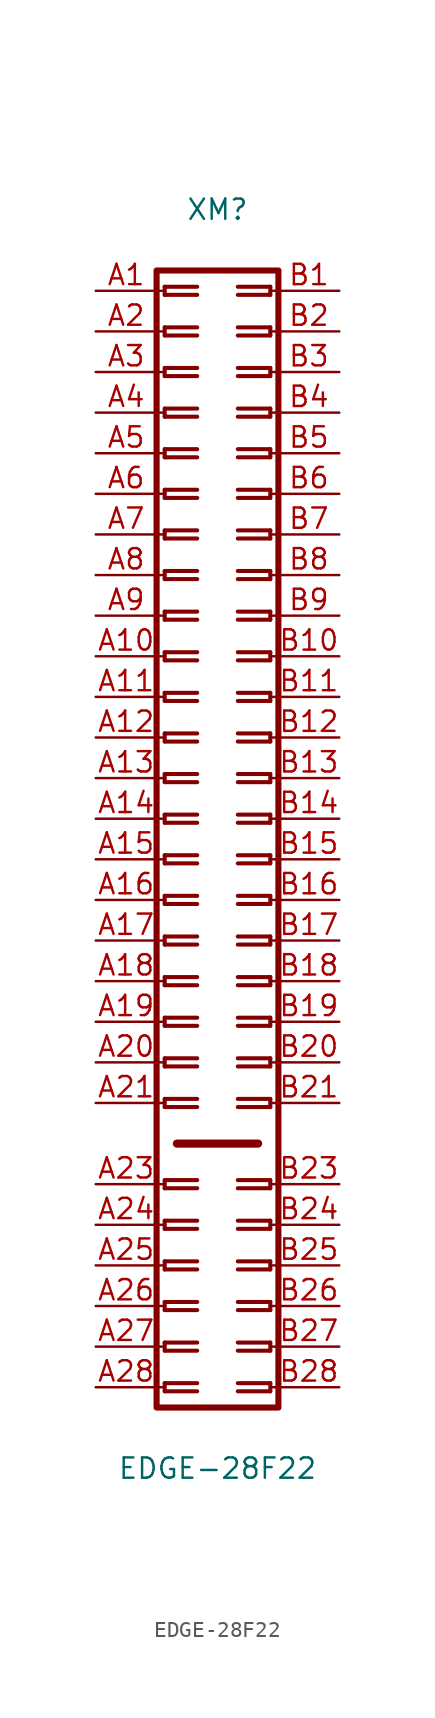
<source format=kicad_sym>
(kicad_symbol_lib
  (version 20231120)
  (generator "kicad_symbol_editor")
  (generator_version "8.0")
  (symbol "EDGE-28F22"
    (pin_names
      (offset 1.016))
    (property "Reference" "XM"
      (at 0 39.37 0)
      (effects (font (size 1.27 1.27))))
    (property "Value" "EDGE-28F22"
      (at 0 -39.37 0)
      (effects (font (size 1.27 1.27))))
    (symbol "EDGE-28F22_0_0"
      (polyline (pts (xy -2.54 -19.05) (xy 2.54 -19.05)) (stroke (width 0.508) (type default)) (fill (type none))))
    (symbol "EDGE-28F22_0_1"
      (rectangle (start -3.81 35.56) (end 3.81 -35.56) (stroke (width 0.381) (type default)) (fill (type none)))
      (polyline (pts (xy -3.81 -34.29) (xy -3.302 -34.29)) (stroke (width 0) (type default)) (fill (type none)))
      (polyline (pts (xy -3.81 -31.75) (xy -3.302 -31.75)) (stroke (width 0) (type default)) (fill (type none)))
      (polyline (pts (xy -3.81 -29.21) (xy -3.302 -29.21)) (stroke (width 0) (type default)) (fill (type none)))
      (polyline (pts (xy -3.81 -26.67) (xy -3.302 -26.67)) (stroke (width 0) (type default)) (fill (type none)))
      (polyline (pts (xy -3.81 -24.13) (xy -3.302 -24.13)) (stroke (width 0) (type default)) (fill (type none)))
      (polyline (pts (xy -3.81 -21.59) (xy -3.302 -21.59)) (stroke (width 0) (type default)) (fill (type none)))
      (polyline (pts (xy -3.81 -16.51) (xy -3.302 -16.51)) (stroke (width 0) (type default)) (fill (type none)))
      (polyline (pts (xy -3.81 -13.97) (xy -3.302 -13.97)) (stroke (width 0) (type default)) (fill (type none)))
      (polyline (pts (xy -3.81 -11.43) (xy -3.302 -11.43)) (stroke (width 0) (type default)) (fill (type none)))
      (polyline (pts (xy -3.81 -8.89) (xy -3.302 -8.89)) (stroke (width 0) (type default)) (fill (type none)))
      (polyline (pts (xy -3.81 -6.35) (xy -3.302 -6.35)) (stroke (width 0) (type default)) (fill (type none)))
      (polyline (pts (xy -3.81 -3.81) (xy -3.302 -3.81)) (stroke (width 0) (type default)) (fill (type none)))
      (polyline (pts (xy -3.81 -1.27) (xy -3.302 -1.27)) (stroke (width 0) (type default)) (fill (type none)))
      (polyline (pts (xy -3.81 1.27) (xy -3.302 1.27)) (stroke (width 0) (type default)) (fill (type none)))
      (polyline (pts (xy -3.81 3.81) (xy -3.302 3.81)) (stroke (width 0) (type default)) (fill (type none)))
      (polyline (pts (xy -3.81 6.35) (xy -3.302 6.35)) (stroke (width 0) (type default)) (fill (type none)))
      (polyline (pts (xy -3.81 8.89) (xy -3.302 8.89)) (stroke (width 0) (type default)) (fill (type none)))
      (polyline (pts (xy -3.81 11.43) (xy -3.302 11.43)) (stroke (width 0) (type default)) (fill (type none)))
      (polyline (pts (xy -3.81 13.97) (xy -3.302 13.97)) (stroke (width 0) (type default)) (fill (type none)))
      (polyline (pts (xy -3.81 16.51) (xy -3.302 16.51)) (stroke (width 0) (type default)) (fill (type none)))
      (polyline (pts (xy -3.81 19.05) (xy -3.302 19.05)) (stroke (width 0) (type default)) (fill (type none)))
      (polyline (pts (xy -3.81 21.59) (xy -3.302 21.59)) (stroke (width 0) (type default)) (fill (type none)))
      (polyline (pts (xy -3.81 24.13) (xy -3.302 24.13)) (stroke (width 0) (type default)) (fill (type none)))
      (polyline (pts (xy -3.81 26.67) (xy -3.302 26.67)) (stroke (width 0) (type default)) (fill (type none)))
      (polyline (pts (xy -3.81 29.21) (xy -3.302 29.21)) (stroke (width 0) (type default)) (fill (type none)))
      (polyline (pts (xy -3.81 31.75) (xy -3.302 31.75)) (stroke (width 0) (type default)) (fill (type none)))
      (polyline (pts (xy -3.81 34.29) (xy -3.302 34.29)) (stroke (width 0) (type default)) (fill (type none)))
      (polyline (pts (xy -3.302 -34.544) (xy -3.302 -34.036)) (stroke (width 0.254) (type default)) (fill (type none)))
      (polyline (pts (xy -3.302 -34.544) (xy -1.27 -34.544)) (stroke (width 0.254) (type default)) (fill (type none)))
      (polyline (pts (xy -3.302 -34.036) (xy -1.27 -34.036)) (stroke (width 0.254) (type default)) (fill (type none)))
      (polyline (pts (xy -3.302 -32.004) (xy -3.302 -31.496)) (stroke (width 0.254) (type default)) (fill (type none)))
      (polyline (pts (xy -3.302 -32.004) (xy -1.27 -32.004)) (stroke (width 0.254) (type default)) (fill (type none)))
      (polyline (pts (xy -3.302 -31.496) (xy -1.27 -31.496)) (stroke (width 0.254) (type default)) (fill (type none)))
      (polyline (pts (xy -3.302 -29.464) (xy -3.302 -28.956)) (stroke (width 0.254) (type default)) (fill (type none)))
      (polyline (pts (xy -3.302 -29.464) (xy -1.27 -29.464)) (stroke (width 0.254) (type default)) (fill (type none)))
      (polyline (pts (xy -3.302 -28.956) (xy -1.27 -28.956)) (stroke (width 0.254) (type default)) (fill (type none)))
      (polyline (pts (xy -3.302 -26.924) (xy -3.302 -26.416)) (stroke (width 0.254) (type default)) (fill (type none)))
      (polyline (pts (xy -3.302 -26.924) (xy -1.27 -26.924)) (stroke (width 0.254) (type default)) (fill (type none)))
      (polyline (pts (xy -3.302 -26.416) (xy -1.27 -26.416)) (stroke (width 0.254) (type default)) (fill (type none)))
      (polyline (pts (xy -3.302 -24.384) (xy -3.302 -23.876)) (stroke (width 0.254) (type default)) (fill (type none)))
      (polyline (pts (xy -3.302 -24.384) (xy -1.27 -24.384)) (stroke (width 0.254) (type default)) (fill (type none)))
      (polyline (pts (xy -3.302 -23.876) (xy -1.27 -23.876)) (stroke (width 0.254) (type default)) (fill (type none)))
      (polyline (pts (xy -3.302 -21.844) (xy -3.302 -21.336)) (stroke (width 0.254) (type default)) (fill (type none)))
      (polyline (pts (xy -3.302 -21.844) (xy -1.27 -21.844)) (stroke (width 0.254) (type default)) (fill (type none)))
      (polyline (pts (xy -3.302 -21.336) (xy -1.27 -21.336)) (stroke (width 0.254) (type default)) (fill (type none)))
      (polyline (pts (xy -3.302 -16.764) (xy -3.302 -16.256)) (stroke (width 0.254) (type default)) (fill (type none)))
      (polyline (pts (xy -3.302 -16.764) (xy -1.27 -16.764)) (stroke (width 0.254) (type default)) (fill (type none)))
      (polyline (pts (xy -3.302 -16.256) (xy -1.27 -16.256)) (stroke (width 0.254) (type default)) (fill (type none)))
      (polyline (pts (xy -3.302 -14.224) (xy -3.302 -13.716)) (stroke (width 0.254) (type default)) (fill (type none)))
      (polyline (pts (xy -3.302 -14.224) (xy -1.27 -14.224)) (stroke (width 0.254) (type default)) (fill (type none)))
      (polyline (pts (xy -3.302 -13.716) (xy -1.27 -13.716)) (stroke (width 0.254) (type default)) (fill (type none)))
      (polyline (pts (xy -3.302 -11.684) (xy -3.302 -11.176)) (stroke (width 0.254) (type default)) (fill (type none)))
      (polyline (pts (xy -3.302 -11.684) (xy -1.27 -11.684)) (stroke (width 0.254) (type default)) (fill (type none)))
      (polyline (pts (xy -3.302 -11.176) (xy -1.27 -11.176)) (stroke (width 0.254) (type default)) (fill (type none)))
      (polyline (pts (xy -3.302 -9.144) (xy -3.302 -8.636)) (stroke (width 0.254) (type default)) (fill (type none)))
      (polyline (pts (xy -3.302 -9.144) (xy -1.27 -9.144)) (stroke (width 0.254) (type default)) (fill (type none)))
      (polyline (pts (xy -3.302 -8.636) (xy -1.27 -8.636)) (stroke (width 0.254) (type default)) (fill (type none)))
      (polyline (pts (xy -3.302 -6.604) (xy -3.302 -6.096)) (stroke (width 0.254) (type default)) (fill (type none)))
      (polyline (pts (xy -3.302 -6.604) (xy -1.27 -6.604)) (stroke (width 0.254) (type default)) (fill (type none)))
      (polyline (pts (xy -3.302 -6.096) (xy -1.27 -6.096)) (stroke (width 0.254) (type default)) (fill (type none)))
      (polyline (pts (xy -3.302 -4.064) (xy -3.302 -3.556)) (stroke (width 0.254) (type default)) (fill (type none)))
      (polyline (pts (xy -3.302 -4.064) (xy -1.27 -4.064)) (stroke (width 0.254) (type default)) (fill (type none)))
      (polyline (pts (xy -3.302 -3.556) (xy -1.27 -3.556)) (stroke (width 0.254) (type default)) (fill (type none)))
      (polyline (pts (xy -3.302 -1.524) (xy -3.302 -1.016)) (stroke (width 0.254) (type default)) (fill (type none)))
      (polyline (pts (xy -3.302 -1.524) (xy -1.27 -1.524)) (stroke (width 0.254) (type default)) (fill (type none)))
      (polyline (pts (xy -3.302 -1.016) (xy -1.27 -1.016)) (stroke (width 0.254) (type default)) (fill (type none)))
      (polyline (pts (xy -3.302 1.016) (xy -3.302 1.524)) (stroke (width 0.254) (type default)) (fill (type none)))
      (polyline (pts (xy -3.302 1.016) (xy -1.27 1.016)) (stroke (width 0.254) (type default)) (fill (type none)))
      (polyline (pts (xy -3.302 1.524) (xy -1.27 1.524)) (stroke (width 0.254) (type default)) (fill (type none)))
      (polyline (pts (xy -3.302 3.556) (xy -3.302 4.064)) (stroke (width 0.254) (type default)) (fill (type none)))
      (polyline (pts (xy -3.302 3.556) (xy -1.27 3.556)) (stroke (width 0.254) (type default)) (fill (type none)))
      (polyline (pts (xy -3.302 4.064) (xy -1.27 4.064)) (stroke (width 0.254) (type default)) (fill (type none)))
      (polyline (pts (xy -3.302 6.096) (xy -3.302 6.604)) (stroke (width 0.254) (type default)) (fill (type none)))
      (polyline (pts (xy -3.302 6.096) (xy -1.27 6.096)) (stroke (width 0.254) (type default)) (fill (type none)))
      (polyline (pts (xy -3.302 6.604) (xy -1.27 6.604)) (stroke (width 0.254) (type default)) (fill (type none)))
      (polyline (pts (xy -3.302 8.636) (xy -3.302 9.144)) (stroke (width 0.254) (type default)) (fill (type none)))
      (polyline (pts (xy -3.302 8.636) (xy -1.27 8.636)) (stroke (width 0.254) (type default)) (fill (type none)))
      (polyline (pts (xy -3.302 9.144) (xy -1.27 9.144)) (stroke (width 0.254) (type default)) (fill (type none)))
      (polyline (pts (xy -3.302 11.176) (xy -3.302 11.684)) (stroke (width 0.254) (type default)) (fill (type none)))
      (polyline (pts (xy -3.302 11.176) (xy -1.27 11.176)) (stroke (width 0.254) (type default)) (fill (type none)))
      (polyline (pts (xy -3.302 11.684) (xy -1.27 11.684)) (stroke (width 0.254) (type default)) (fill (type none)))
      (polyline (pts (xy -3.302 13.716) (xy -3.302 14.224)) (stroke (width 0.254) (type default)) (fill (type none)))
      (polyline (pts (xy -3.302 13.716) (xy -1.27 13.716)) (stroke (width 0.254) (type default)) (fill (type none)))
      (polyline (pts (xy -3.302 14.224) (xy -1.27 14.224)) (stroke (width 0.254) (type default)) (fill (type none)))
      (polyline (pts (xy -3.302 16.256) (xy -3.302 16.764)) (stroke (width 0.254) (type default)) (fill (type none)))
      (polyline (pts (xy -3.302 16.256) (xy -1.27 16.256)) (stroke (width 0.254) (type default)) (fill (type none)))
      (polyline (pts (xy -3.302 16.764) (xy -1.27 16.764)) (stroke (width 0.254) (type default)) (fill (type none)))
      (polyline (pts (xy -3.302 18.796) (xy -3.302 19.304)) (stroke (width 0.254) (type default)) (fill (type none)))
      (polyline (pts (xy -3.302 18.796) (xy -1.27 18.796)) (stroke (width 0.254) (type default)) (fill (type none)))
      (polyline (pts (xy -3.302 19.304) (xy -1.27 19.304)) (stroke (width 0.254) (type default)) (fill (type none)))
      (polyline (pts (xy -3.302 21.336) (xy -3.302 21.844)) (stroke (width 0.254) (type default)) (fill (type none)))
      (polyline (pts (xy -3.302 21.336) (xy -1.27 21.336)) (stroke (width 0.254) (type default)) (fill (type none)))
      (polyline (pts (xy -3.302 21.844) (xy -1.27 21.844)) (stroke (width 0.254) (type default)) (fill (type none)))
      (polyline (pts (xy -3.302 23.876) (xy -3.302 24.384)) (stroke (width 0.254) (type default)) (fill (type none)))
      (polyline (pts (xy -3.302 23.876) (xy -1.27 23.876)) (stroke (width 0.254) (type default)) (fill (type none)))
      (polyline (pts (xy -3.302 24.384) (xy -1.27 24.384)) (stroke (width 0.254) (type default)) (fill (type none)))
      (polyline (pts (xy -3.302 26.416) (xy -3.302 26.924)) (stroke (width 0.254) (type default)) (fill (type none)))
      (polyline (pts (xy -3.302 26.416) (xy -1.27 26.416)) (stroke (width 0.254) (type default)) (fill (type none)))
      (polyline (pts (xy -3.302 26.924) (xy -1.27 26.924)) (stroke (width 0.254) (type default)) (fill (type none)))
      (polyline (pts (xy -3.302 28.956) (xy -3.302 29.464)) (stroke (width 0.254) (type default)) (fill (type none)))
      (polyline (pts (xy -3.302 28.956) (xy -1.27 28.956)) (stroke (width 0.254) (type default)) (fill (type none)))
      (polyline (pts (xy -3.302 29.464) (xy -1.27 29.464)) (stroke (width 0.254) (type default)) (fill (type none)))
      (polyline (pts (xy -3.302 31.496) (xy -3.302 32.004)) (stroke (width 0.254) (type default)) (fill (type none)))
      (polyline (pts (xy -3.302 31.496) (xy -1.27 31.496)) (stroke (width 0.254) (type default)) (fill (type none)))
      (polyline (pts (xy -3.302 32.004) (xy -1.27 32.004)) (stroke (width 0.254) (type default)) (fill (type none)))
      (polyline (pts (xy -3.302 34.036) (xy -3.302 34.544)) (stroke (width 0.254) (type default)) (fill (type none)))
      (polyline (pts (xy -3.302 34.036) (xy -1.27 34.036)) (stroke (width 0.254) (type default)) (fill (type none)))
      (polyline (pts (xy -3.302 34.544) (xy -1.27 34.544)) (stroke (width 0.254) (type default)) (fill (type none)))
      (polyline (pts (xy 3.302 -34.544) (xy 1.27 -34.544)) (stroke (width 0.254) (type default)) (fill (type none)))
      (polyline (pts (xy 3.302 -34.544) (xy 3.302 -34.036)) (stroke (width 0.254) (type default)) (fill (type none)))
      (polyline (pts (xy 3.302 -34.036) (xy 1.27 -34.036)) (stroke (width 0.254) (type default)) (fill (type none)))
      (polyline (pts (xy 3.302 -32.004) (xy 1.27 -32.004)) (stroke (width 0.254) (type default)) (fill (type none)))
      (polyline (pts (xy 3.302 -32.004) (xy 3.302 -31.496)) (stroke (width 0.254) (type default)) (fill (type none)))
      (polyline (pts (xy 3.302 -31.496) (xy 1.27 -31.496)) (stroke (width 0.254) (type default)) (fill (type none)))
      (polyline (pts (xy 3.302 -29.464) (xy 1.27 -29.464)) (stroke (width 0.254) (type default)) (fill (type none)))
      (polyline (pts (xy 3.302 -29.464) (xy 3.302 -28.956)) (stroke (width 0.254) (type default)) (fill (type none)))
      (polyline (pts (xy 3.302 -28.956) (xy 1.27 -28.956)) (stroke (width 0.254) (type default)) (fill (type none)))
      (polyline (pts (xy 3.302 -26.924) (xy 1.27 -26.924)) (stroke (width 0.254) (type default)) (fill (type none)))
      (polyline (pts (xy 3.302 -26.924) (xy 3.302 -26.416)) (stroke (width 0.254) (type default)) (fill (type none)))
      (polyline (pts (xy 3.302 -26.416) (xy 1.27 -26.416)) (stroke (width 0.254) (type default)) (fill (type none)))
      (polyline (pts (xy 3.302 -24.384) (xy 1.27 -24.384)) (stroke (width 0.254) (type default)) (fill (type none)))
      (polyline (pts (xy 3.302 -24.384) (xy 3.302 -23.876)) (stroke (width 0.254) (type default)) (fill (type none)))
      (polyline (pts (xy 3.302 -23.876) (xy 1.27 -23.876)) (stroke (width 0.254) (type default)) (fill (type none)))
      (polyline (pts (xy 3.302 -21.844) (xy 1.27 -21.844)) (stroke (width 0.254) (type default)) (fill (type none)))
      (polyline (pts (xy 3.302 -21.844) (xy 3.302 -21.336)) (stroke (width 0.254) (type default)) (fill (type none)))
      (polyline (pts (xy 3.302 -21.336) (xy 1.27 -21.336)) (stroke (width 0.254) (type default)) (fill (type none)))
      (polyline (pts (xy 3.302 -16.764) (xy 1.27 -16.764)) (stroke (width 0.254) (type default)) (fill (type none)))
      (polyline (pts (xy 3.302 -16.764) (xy 3.302 -16.256)) (stroke (width 0.254) (type default)) (fill (type none)))
      (polyline (pts (xy 3.302 -16.256) (xy 1.27 -16.256)) (stroke (width 0.254) (type default)) (fill (type none)))
      (polyline (pts (xy 3.302 -14.224) (xy 1.27 -14.224)) (stroke (width 0.254) (type default)) (fill (type none)))
      (polyline (pts (xy 3.302 -14.224) (xy 3.302 -13.716)) (stroke (width 0.254) (type default)) (fill (type none)))
      (polyline (pts (xy 3.302 -13.716) (xy 1.27 -13.716)) (stroke (width 0.254) (type default)) (fill (type none)))
      (polyline (pts (xy 3.302 -11.684) (xy 1.27 -11.684)) (stroke (width 0.254) (type default)) (fill (type none)))
      (polyline (pts (xy 3.302 -11.684) (xy 3.302 -11.176)) (stroke (width 0.254) (type default)) (fill (type none)))
      (polyline (pts (xy 3.302 -11.176) (xy 1.27 -11.176)) (stroke (width 0.254) (type default)) (fill (type none)))
      (polyline (pts (xy 3.302 -9.144) (xy 1.27 -9.144)) (stroke (width 0.254) (type default)) (fill (type none)))
      (polyline (pts (xy 3.302 -9.144) (xy 3.302 -8.636)) (stroke (width 0.254) (type default)) (fill (type none)))
      (polyline (pts (xy 3.302 -8.636) (xy 1.27 -8.636)) (stroke (width 0.254) (type default)) (fill (type none)))
      (polyline (pts (xy 3.302 -6.604) (xy 1.27 -6.604)) (stroke (width 0.254) (type default)) (fill (type none)))
      (polyline (pts (xy 3.302 -6.604) (xy 3.302 -6.096)) (stroke (width 0.254) (type default)) (fill (type none)))
      (polyline (pts (xy 3.302 -6.096) (xy 1.27 -6.096)) (stroke (width 0.254) (type default)) (fill (type none)))
      (polyline (pts (xy 3.302 -4.064) (xy 1.27 -4.064)) (stroke (width 0.254) (type default)) (fill (type none)))
      (polyline (pts (xy 3.302 -4.064) (xy 3.302 -3.556)) (stroke (width 0.254) (type default)) (fill (type none)))
      (polyline (pts (xy 3.302 -3.556) (xy 1.27 -3.556)) (stroke (width 0.254) (type default)) (fill (type none)))
      (polyline (pts (xy 3.302 -1.524) (xy 1.27 -1.524)) (stroke (width 0.254) (type default)) (fill (type none)))
      (polyline (pts (xy 3.302 -1.524) (xy 3.302 -1.016)) (stroke (width 0.254) (type default)) (fill (type none)))
      (polyline (pts (xy 3.302 -1.016) (xy 1.27 -1.016)) (stroke (width 0.254) (type default)) (fill (type none)))
      (polyline (pts (xy 3.302 1.016) (xy 1.27 1.016)) (stroke (width 0.254) (type default)) (fill (type none)))
      (polyline (pts (xy 3.302 1.016) (xy 3.302 1.524)) (stroke (width 0.254) (type default)) (fill (type none)))
      (polyline (pts (xy 3.302 1.524) (xy 1.27 1.524)) (stroke (width 0.254) (type default)) (fill (type none)))
      (polyline (pts (xy 3.302 3.556) (xy 1.27 3.556)) (stroke (width 0.254) (type default)) (fill (type none)))
      (polyline (pts (xy 3.302 3.556) (xy 3.302 4.064)) (stroke (width 0.254) (type default)) (fill (type none)))
      (polyline (pts (xy 3.302 4.064) (xy 1.27 4.064)) (stroke (width 0.254) (type default)) (fill (type none)))
      (polyline (pts (xy 3.302 6.096) (xy 1.27 6.096)) (stroke (width 0.254) (type default)) (fill (type none)))
      (polyline (pts (xy 3.302 6.096) (xy 3.302 6.604)) (stroke (width 0.254) (type default)) (fill (type none)))
      (polyline (pts (xy 3.302 6.604) (xy 1.27 6.604)) (stroke (width 0.254) (type default)) (fill (type none)))
      (polyline (pts (xy 3.302 8.636) (xy 1.27 8.636)) (stroke (width 0.254) (type default)) (fill (type none)))
      (polyline (pts (xy 3.302 8.636) (xy 3.302 9.144)) (stroke (width 0.254) (type default)) (fill (type none)))
      (polyline (pts (xy 3.302 9.144) (xy 1.27 9.144)) (stroke (width 0.254) (type default)) (fill (type none)))
      (polyline (pts (xy 3.302 11.176) (xy 1.27 11.176)) (stroke (width 0.254) (type default)) (fill (type none)))
      (polyline (pts (xy 3.302 11.176) (xy 3.302 11.684)) (stroke (width 0.254) (type default)) (fill (type none)))
      (polyline (pts (xy 3.302 11.684) (xy 1.27 11.684)) (stroke (width 0.254) (type default)) (fill (type none)))
      (polyline (pts (xy 3.302 13.716) (xy 1.27 13.716)) (stroke (width 0.254) (type default)) (fill (type none)))
      (polyline (pts (xy 3.302 13.716) (xy 3.302 14.224)) (stroke (width 0.254) (type default)) (fill (type none)))
      (polyline (pts (xy 3.302 14.224) (xy 1.27 14.224)) (stroke (width 0.254) (type default)) (fill (type none)))
      (polyline (pts (xy 3.302 16.256) (xy 1.27 16.256)) (stroke (width 0.254) (type default)) (fill (type none)))
      (polyline (pts (xy 3.302 16.256) (xy 3.302 16.764)) (stroke (width 0.254) (type default)) (fill (type none)))
      (polyline (pts (xy 3.302 16.764) (xy 1.27 16.764)) (stroke (width 0.254) (type default)) (fill (type none)))
      (polyline (pts (xy 3.302 18.796) (xy 1.27 18.796)) (stroke (width 0.254) (type default)) (fill (type none)))
      (polyline (pts (xy 3.302 18.796) (xy 3.302 19.304)) (stroke (width 0.254) (type default)) (fill (type none)))
      (polyline (pts (xy 3.302 19.304) (xy 1.27 19.304)) (stroke (width 0.254) (type default)) (fill (type none)))
      (polyline (pts (xy 3.302 21.336) (xy 1.27 21.336)) (stroke (width 0.254) (type default)) (fill (type none)))
      (polyline (pts (xy 3.302 21.336) (xy 3.302 21.844)) (stroke (width 0.254) (type default)) (fill (type none)))
      (polyline (pts (xy 3.302 21.844) (xy 1.27 21.844)) (stroke (width 0.254) (type default)) (fill (type none)))
      (polyline (pts (xy 3.302 23.876) (xy 1.27 23.876)) (stroke (width 0.254) (type default)) (fill (type none)))
      (polyline (pts (xy 3.302 23.876) (xy 3.302 24.384)) (stroke (width 0.254) (type default)) (fill (type none)))
      (polyline (pts (xy 3.302 24.384) (xy 1.27 24.384)) (stroke (width 0.254) (type default)) (fill (type none)))
      (polyline (pts (xy 3.302 26.416) (xy 1.27 26.416)) (stroke (width 0.254) (type default)) (fill (type none)))
      (polyline (pts (xy 3.302 26.416) (xy 3.302 26.924)) (stroke (width 0.254) (type default)) (fill (type none)))
      (polyline (pts (xy 3.302 26.924) (xy 1.27 26.924)) (stroke (width 0.254) (type default)) (fill (type none)))
      (polyline (pts (xy 3.302 28.956) (xy 1.27 28.956)) (stroke (width 0.254) (type default)) (fill (type none)))
      (polyline (pts (xy 3.302 28.956) (xy 3.302 29.464)) (stroke (width 0.254) (type default)) (fill (type none)))
      (polyline (pts (xy 3.302 29.464) (xy 1.27 29.464)) (stroke (width 0.254) (type default)) (fill (type none)))
      (polyline (pts (xy 3.302 31.496) (xy 1.27 31.496)) (stroke (width 0.254) (type default)) (fill (type none)))
      (polyline (pts (xy 3.302 31.496) (xy 3.302 32.004)) (stroke (width 0.254) (type default)) (fill (type none)))
      (polyline (pts (xy 3.302 32.004) (xy 1.27 32.004)) (stroke (width 0.254) (type default)) (fill (type none)))
      (polyline (pts (xy 3.302 34.036) (xy 1.27 34.036)) (stroke (width 0.254) (type default)) (fill (type none)))
      (polyline (pts (xy 3.302 34.036) (xy 3.302 34.544)) (stroke (width 0.254) (type default)) (fill (type none)))
      (polyline (pts (xy 3.302 34.544) (xy 1.27 34.544)) (stroke (width 0.254) (type default)) (fill (type none)))
      (polyline (pts (xy 3.81 -34.29) (xy 3.302 -34.29)) (stroke (width 0) (type default)) (fill (type none)))
      (polyline (pts (xy 3.81 -31.75) (xy 3.302 -31.75)) (stroke (width 0) (type default)) (fill (type none)))
      (polyline (pts (xy 3.81 -29.21) (xy 3.302 -29.21)) (stroke (width 0) (type default)) (fill (type none)))
      (polyline (pts (xy 3.81 -26.67) (xy 3.302 -26.67)) (stroke (width 0) (type default)) (fill (type none)))
      (polyline (pts (xy 3.81 -24.13) (xy 3.302 -24.13)) (stroke (width 0) (type default)) (fill (type none)))
      (polyline (pts (xy 3.81 -21.59) (xy 3.302 -21.59)) (stroke (width 0) (type default)) (fill (type none)))
      (polyline (pts (xy 3.81 -16.51) (xy 3.302 -16.51)) (stroke (width 0) (type default)) (fill (type none)))
      (polyline (pts (xy 3.81 -13.97) (xy 3.302 -13.97)) (stroke (width 0) (type default)) (fill (type none)))
      (polyline (pts (xy 3.81 -11.43) (xy 3.302 -11.43)) (stroke (width 0) (type default)) (fill (type none)))
      (polyline (pts (xy 3.81 -8.89) (xy 3.302 -8.89)) (stroke (width 0) (type default)) (fill (type none)))
      (polyline (pts (xy 3.81 -6.35) (xy 3.302 -6.35)) (stroke (width 0) (type default)) (fill (type none)))
      (polyline (pts (xy 3.81 -3.81) (xy 3.302 -3.81)) (stroke (width 0) (type default)) (fill (type none)))
      (polyline (pts (xy 3.81 -1.27) (xy 3.302 -1.27)) (stroke (width 0) (type default)) (fill (type none)))
      (polyline (pts (xy 3.81 1.27) (xy 3.302 1.27)) (stroke (width 0) (type default)) (fill (type none)))
      (polyline (pts (xy 3.81 3.81) (xy 3.302 3.81)) (stroke (width 0) (type default)) (fill (type none)))
      (polyline (pts (xy 3.81 6.35) (xy 3.302 6.35)) (stroke (width 0) (type default)) (fill (type none)))
      (polyline (pts (xy 3.81 8.89) (xy 3.302 8.89)) (stroke (width 0) (type default)) (fill (type none)))
      (polyline (pts (xy 3.81 11.43) (xy 3.302 11.43)) (stroke (width 0) (type default)) (fill (type none)))
      (polyline (pts (xy 3.81 13.97) (xy 3.302 13.97)) (stroke (width 0) (type default)) (fill (type none)))
      (polyline (pts (xy 3.81 16.51) (xy 3.302 16.51)) (stroke (width 0) (type default)) (fill (type none)))
      (polyline (pts (xy 3.81 19.05) (xy 3.302 19.05)) (stroke (width 0) (type default)) (fill (type none)))
      (polyline (pts (xy 3.81 21.59) (xy 3.302 21.59)) (stroke (width 0) (type default)) (fill (type none)))
      (polyline (pts (xy 3.81 24.13) (xy 3.302 24.13)) (stroke (width 0) (type default)) (fill (type none)))
      (polyline (pts (xy 3.81 26.67) (xy 3.302 26.67)) (stroke (width 0) (type default)) (fill (type none)))
      (polyline (pts (xy 3.81 29.21) (xy 3.302 29.21)) (stroke (width 0) (type default)) (fill (type none)))
      (polyline (pts (xy 3.81 31.75) (xy 3.302 31.75)) (stroke (width 0) (type default)) (fill (type none)))
      (polyline (pts (xy 3.81 34.29) (xy 3.302 34.29)) (stroke (width 0) (type default)) (fill (type none))))
    (symbol "EDGE-28F22_1_1"
      (pin passive line (at -7.62 34.29 0) (length 3.81) (name "~" (effects (font (size 1.27 1.27)))) (number "A1" (effects (font (size 1.27 1.27)))))
      (pin passive line (at -7.62 11.43 0) (length 3.81) (name "~" (effects (font (size 1.27 1.27)))) (number "A10" (effects (font (size 1.27 1.27)))))
      (pin passive line (at -7.62 8.89 0) (length 3.81) (name "~" (effects (font (size 1.27 1.27)))) (number "A11" (effects (font (size 1.27 1.27)))))
      (pin passive line (at -7.62 6.35 0) (length 3.81) (name "~" (effects (font (size 1.27 1.27)))) (number "A12" (effects (font (size 1.27 1.27)))))
      (pin passive line (at -7.62 3.81 0) (length 3.81) (name "~" (effects (font (size 1.27 1.27)))) (number "A13" (effects (font (size 1.27 1.27)))))
      (pin passive line (at -7.62 1.27 0) (length 3.81) (name "~" (effects (font (size 1.27 1.27)))) (number "A14" (effects (font (size 1.27 1.27)))))
      (pin passive line (at -7.62 -1.27 0) (length 3.81) (name "~" (effects (font (size 1.27 1.27)))) (number "A15" (effects (font (size 1.27 1.27)))))
      (pin passive line (at -7.62 -3.81 0) (length 3.81) (name "~" (effects (font (size 1.27 1.27)))) (number "A16" (effects (font (size 1.27 1.27)))))
      (pin passive line (at -7.62 -6.35 0) (length 3.81) (name "~" (effects (font (size 1.27 1.27)))) (number "A17" (effects (font (size 1.27 1.27)))))
      (pin passive line (at -7.62 -8.89 0) (length 3.81) (name "~" (effects (font (size 1.27 1.27)))) (number "A18" (effects (font (size 1.27 1.27)))))
      (pin passive line (at -7.62 -11.43 0) (length 3.81) (name "~" (effects (font (size 1.27 1.27)))) (number "A19" (effects (font (size 1.27 1.27)))))
      (pin passive line (at -7.62 31.75 0) (length 3.81) (name "~" (effects (font (size 1.27 1.27)))) (number "A2" (effects (font (size 1.27 1.27)))))
      (pin passive line (at -7.62 -13.97 0) (length 3.81) (name "~" (effects (font (size 1.27 1.27)))) (number "A20" (effects (font (size 1.27 1.27)))))
      (pin passive line (at -7.62 -16.51 0) (length 3.81) (name "~" (effects (font (size 1.27 1.27)))) (number "A21" (effects (font (size 1.27 1.27)))))
      (pin passive line (at -7.62 -21.59 0) (length 3.81) (name "~" (effects (font (size 1.27 1.27)))) (number "A23" (effects (font (size 1.27 1.27)))))
      (pin passive line (at -7.62 -24.13 0) (length 3.81) (name "~" (effects (font (size 1.27 1.27)))) (number "A24" (effects (font (size 1.27 1.27)))))
      (pin passive line (at -7.62 -26.67 0) (length 3.81) (name "~" (effects (font (size 1.27 1.27)))) (number "A25" (effects (font (size 1.27 1.27)))))
      (pin passive line (at -7.62 -29.21 0) (length 3.81) (name "~" (effects (font (size 1.27 1.27)))) (number "A26" (effects (font (size 1.27 1.27)))))
      (pin passive line (at -7.62 -31.75 0) (length 3.81) (name "~" (effects (font (size 1.27 1.27)))) (number "A27" (effects (font (size 1.27 1.27)))))
      (pin passive line (at -7.62 -34.29 0) (length 3.81) (name "~" (effects (font (size 1.27 1.27)))) (number "A28" (effects (font (size 1.27 1.27)))))
      (pin passive line (at -7.62 29.21 0) (length 3.81) (name "~" (effects (font (size 1.27 1.27)))) (number "A3" (effects (font (size 1.27 1.27)))))
      (pin passive line (at -7.62 26.67 0) (length 3.81) (name "~" (effects (font (size 1.27 1.27)))) (number "A4" (effects (font (size 1.27 1.27)))))
      (pin passive line (at -7.62 24.13 0) (length 3.81) (name "~" (effects (font (size 1.27 1.27)))) (number "A5" (effects (font (size 1.27 1.27)))))
      (pin passive line (at -7.62 21.59 0) (length 3.81) (name "~" (effects (font (size 1.27 1.27)))) (number "A6" (effects (font (size 1.27 1.27)))))
      (pin passive line (at -7.62 19.05 0) (length 3.81) (name "~" (effects (font (size 1.27 1.27)))) (number "A7" (effects (font (size 1.27 1.27)))))
      (pin passive line (at -7.62 16.51 0) (length 3.81) (name "~" (effects (font (size 1.27 1.27)))) (number "A8" (effects (font (size 1.27 1.27)))))
      (pin passive line (at -7.62 13.97 0) (length 3.81) (name "~" (effects (font (size 1.27 1.27)))) (number "A9" (effects (font (size 1.27 1.27)))))
      (pin passive line (at 7.62 34.29 180) (length 3.81) (name "~" (effects (font (size 1.27 1.27)))) (number "B1" (effects (font (size 1.27 1.27)))))
      (pin passive line (at 7.62 11.43 180) (length 3.81) (name "~" (effects (font (size 1.27 1.27)))) (number "B10" (effects (font (size 1.27 1.27)))))
      (pin passive line (at 7.62 8.89 180) (length 3.81) (name "~" (effects (font (size 1.27 1.27)))) (number "B11" (effects (font (size 1.27 1.27)))))
      (pin passive line (at 7.62 6.35 180) (length 3.81) (name "~" (effects (font (size 1.27 1.27)))) (number "B12" (effects (font (size 1.27 1.27)))))
      (pin passive line (at 7.62 3.81 180) (length 3.81) (name "~" (effects (font (size 1.27 1.27)))) (number "B13" (effects (font (size 1.27 1.27)))))
      (pin passive line (at 7.62 1.27 180) (length 3.81) (name "~" (effects (font (size 1.27 1.27)))) (number "B14" (effects (font (size 1.27 1.27)))))
      (pin passive line (at 7.62 -1.27 180) (length 3.81) (name "~" (effects (font (size 1.27 1.27)))) (number "B15" (effects (font (size 1.27 1.27)))))
      (pin passive line (at 7.62 -3.81 180) (length 3.81) (name "~" (effects (font (size 1.27 1.27)))) (number "B16" (effects (font (size 1.27 1.27)))))
      (pin passive line (at 7.62 -6.35 180) (length 3.81) (name "~" (effects (font (size 1.27 1.27)))) (number "B17" (effects (font (size 1.27 1.27)))))
      (pin passive line (at 7.62 -8.89 180) (length 3.81) (name "~" (effects (font (size 1.27 1.27)))) (number "B18" (effects (font (size 1.27 1.27)))))
      (pin passive line (at 7.62 -11.43 180) (length 3.81) (name "~" (effects (font (size 1.27 1.27)))) (number "B19" (effects (font (size 1.27 1.27)))))
      (pin passive line (at 7.62 31.75 180) (length 3.81) (name "~" (effects (font (size 1.27 1.27)))) (number "B2" (effects (font (size 1.27 1.27)))))
      (pin passive line (at 7.62 -13.97 180) (length 3.81) (name "~" (effects (font (size 1.27 1.27)))) (number "B20" (effects (font (size 1.27 1.27)))))
      (pin passive line (at 7.62 -16.51 180) (length 3.81) (name "~" (effects (font (size 1.27 1.27)))) (number "B21" (effects (font (size 1.27 1.27)))))
      (pin passive line (at 7.62 -21.59 180) (length 3.81) (name "~" (effects (font (size 1.27 1.27)))) (number "B23" (effects (font (size 1.27 1.27)))))
      (pin passive line (at 7.62 -24.13 180) (length 3.81) (name "~" (effects (font (size 1.27 1.27)))) (number "B24" (effects (font (size 1.27 1.27)))))
      (pin passive line (at 7.62 -26.67 180) (length 3.81) (name "~" (effects (font (size 1.27 1.27)))) (number "B25" (effects (font (size 1.27 1.27)))))
      (pin passive line (at 7.62 -29.21 180) (length 3.81) (name "~" (effects (font (size 1.27 1.27)))) (number "B26" (effects (font (size 1.27 1.27)))))
      (pin passive line (at 7.62 -31.75 180) (length 3.81) (name "~" (effects (font (size 1.27 1.27)))) (number "B27" (effects (font (size 1.27 1.27)))))
      (pin passive line (at 7.62 -34.29 180) (length 3.81) (name "~" (effects (font (size 1.27 1.27)))) (number "B28" (effects (font (size 1.27 1.27)))))
      (pin passive line (at 7.62 29.21 180) (length 3.81) (name "~" (effects (font (size 1.27 1.27)))) (number "B3" (effects (font (size 1.27 1.27)))))
      (pin passive line (at 7.62 26.67 180) (length 3.81) (name "~" (effects (font (size 1.27 1.27)))) (number "B4" (effects (font (size 1.27 1.27)))))
      (pin passive line (at 7.62 24.13 180) (length 3.81) (name "~" (effects (font (size 1.27 1.27)))) (number "B5" (effects (font (size 1.27 1.27)))))
      (pin passive line (at 7.62 21.59 180) (length 3.81) (name "~" (effects (font (size 1.27 1.27)))) (number "B6" (effects (font (size 1.27 1.27)))))
      (pin passive line (at 7.62 19.05 180) (length 3.81) (name "~" (effects (font (size 1.27 1.27)))) (number "B7" (effects (font (size 1.27 1.27)))))
      (pin passive line (at 7.62 16.51 180) (length 3.81) (name "~" (effects (font (size 1.27 1.27)))) (number "B8" (effects (font (size 1.27 1.27)))))
      (pin passive line (at 7.62 13.97 180) (length 3.81) (name "~" (effects (font (size 1.27 1.27)))) (number "B9" (effects (font (size 1.27 1.27))))))))
</source>
